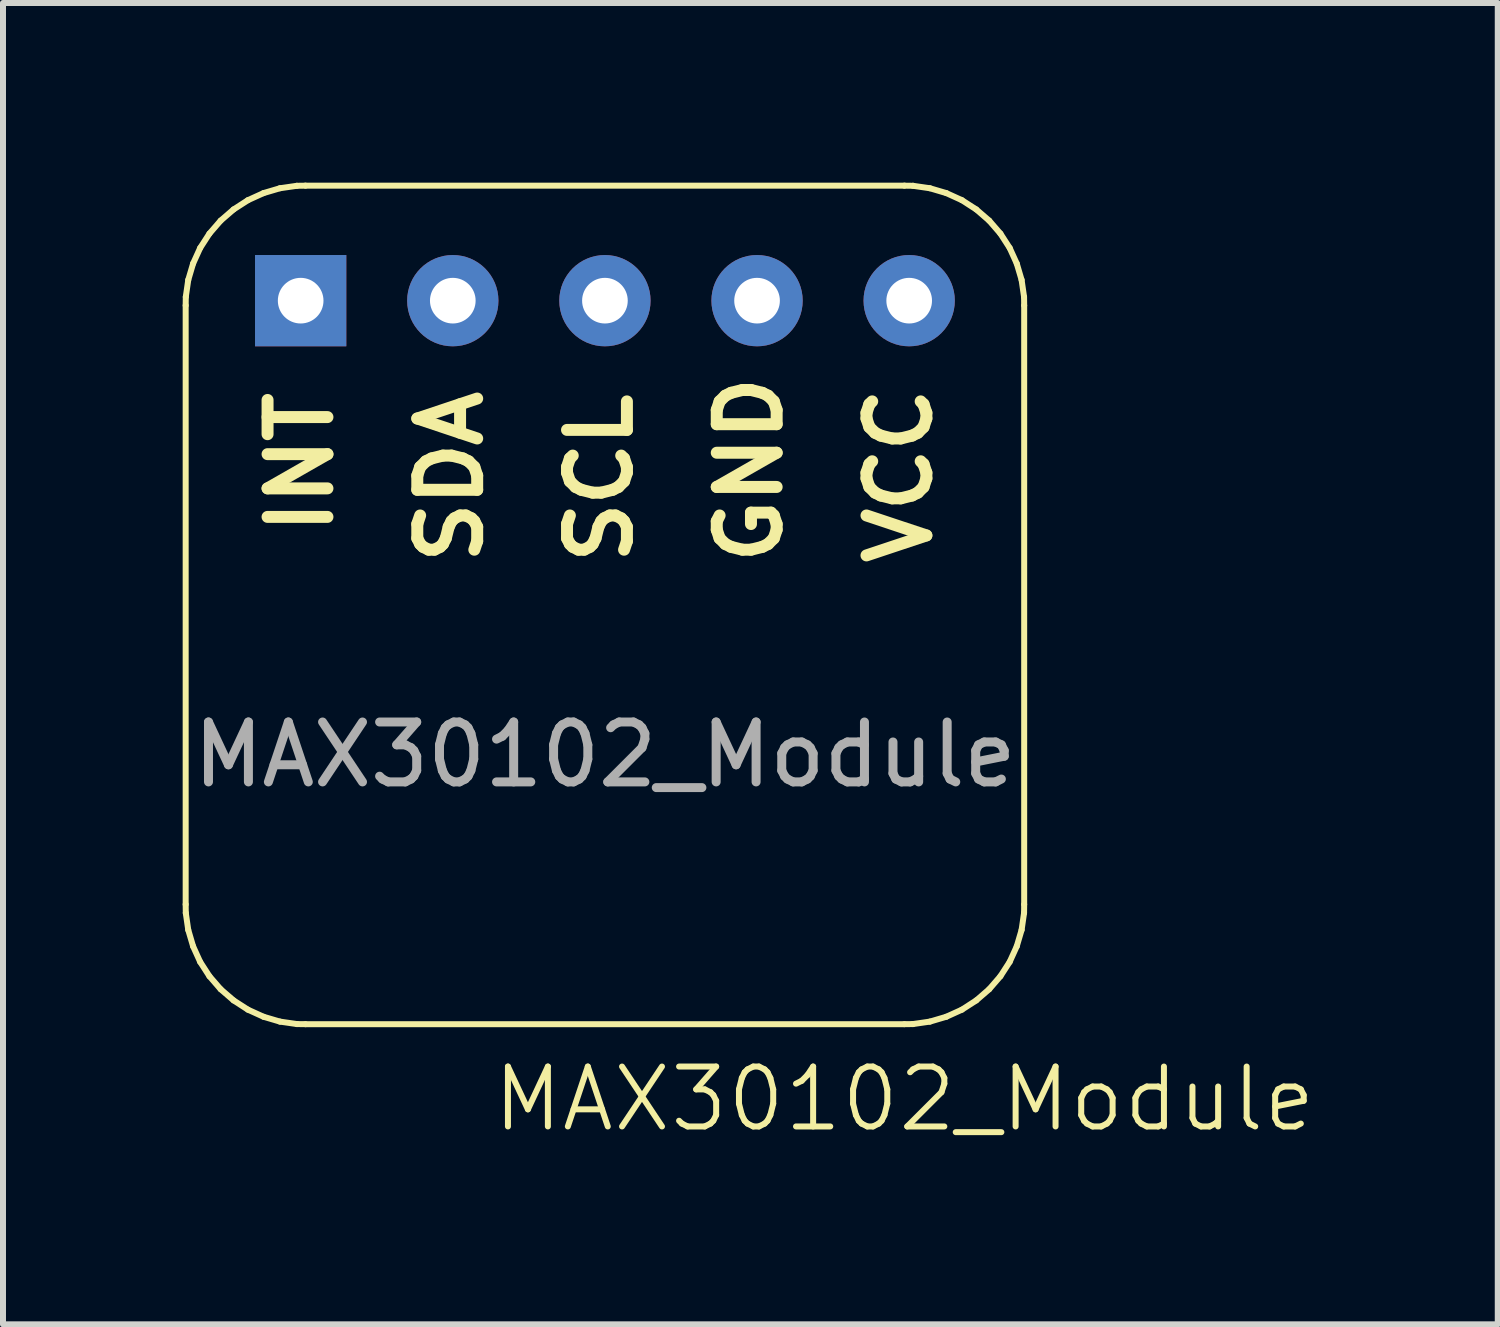
<source format=kicad_pcb>
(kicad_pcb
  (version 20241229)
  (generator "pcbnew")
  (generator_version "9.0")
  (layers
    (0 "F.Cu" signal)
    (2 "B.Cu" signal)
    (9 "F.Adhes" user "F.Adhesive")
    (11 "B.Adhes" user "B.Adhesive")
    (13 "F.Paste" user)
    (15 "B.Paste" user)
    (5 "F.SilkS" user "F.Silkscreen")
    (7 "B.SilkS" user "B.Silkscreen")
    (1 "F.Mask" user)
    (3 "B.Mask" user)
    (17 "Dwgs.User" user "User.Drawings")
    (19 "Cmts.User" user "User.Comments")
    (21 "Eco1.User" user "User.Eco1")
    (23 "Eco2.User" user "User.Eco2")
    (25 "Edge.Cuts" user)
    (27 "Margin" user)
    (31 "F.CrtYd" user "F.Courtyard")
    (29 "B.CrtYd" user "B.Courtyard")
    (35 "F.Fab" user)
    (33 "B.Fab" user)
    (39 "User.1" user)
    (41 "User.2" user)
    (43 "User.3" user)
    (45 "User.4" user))
  (footprint "MAX30102_Module"
    (layer "F.Cu")
    (at 7.05 7.05)
    (property "Reference" "MAX30102_Module" (at 5 8.25 0) (unlocked yes) (layer "F.SilkS") (effects (font (size 1 1) (thickness 0.1))))
    (attr through_hole)
    (fp_line (start -7 -5) (end -7 5) (stroke (width 0.1) (type default)) (layer "F.SilkS"))
    (fp_line (start -7 5) (end -6.998 5.143) (stroke (width 0.1) (type default)) (layer "F.SilkS"))
    (fp_line (start -6.998 -5.143) (end -7 -5) (stroke (width 0.1) (type default)) (layer "F.SilkS"))
    (fp_line (start -6.998 5.143) (end -6.957 5.426) (stroke (width 0.1) (type default)) (layer "F.SilkS"))
    (fp_line (start -6.957 -5.426) (end -6.998 -5.143) (stroke (width 0.1) (type default)) (layer "F.SilkS"))
    (fp_line (start -6.957 5.426) (end -6.876 5.7) (stroke (width 0.1) (type default)) (layer "F.SilkS"))
    (fp_line (start -6.876 -5.7) (end -6.957 -5.426) (stroke (width 0.1) (type default)) (layer "F.SilkS"))
    (fp_line (start -6.876 5.7) (end -6.758 5.96) (stroke (width 0.1) (type default)) (layer "F.SilkS"))
    (fp_line (start -6.758 -5.96) (end -6.876 -5.7) (stroke (width 0.1) (type default)) (layer "F.SilkS"))
    (fp_line (start -6.758 5.96) (end -6.603 6.2) (stroke (width 0.1) (type default)) (layer "F.SilkS"))
    (fp_line (start -6.603 -6.2) (end -6.758 -5.96) (stroke (width 0.1) (type default)) (layer "F.SilkS"))
    (fp_line (start -6.603 6.2) (end -6.416 6.416) (stroke (width 0.1) (type default)) (layer "F.SilkS"))
    (fp_line (start -6.416 -6.416) (end -6.603 -6.2) (stroke (width 0.1) (type default)) (layer "F.SilkS"))
    (fp_line (start -6.416 6.416) (end -6.2 6.603) (stroke (width 0.1) (type default)) (layer "F.SilkS"))
    (fp_line (start -6.2 -6.603) (end -6.416 -6.416) (stroke (width 0.1) (type default)) (layer "F.SilkS"))
    (fp_line (start -6.2 6.603) (end -5.96 6.758) (stroke (width 0.1) (type default)) (layer "F.SilkS"))
    (fp_line (start -5.96 -6.758) (end -6.2 -6.603) (stroke (width 0.1) (type default)) (layer "F.SilkS"))
    (fp_line (start -5.96 6.758) (end -5.7 6.876) (stroke (width 0.1) (type default)) (layer "F.SilkS"))
    (fp_line (start -5.7 -6.876) (end -5.96 -6.758) (stroke (width 0.1) (type default)) (layer "F.SilkS"))
    (fp_line (start -5.7 6.876) (end -5.426 6.957) (stroke (width 0.1) (type default)) (layer "F.SilkS"))
    (fp_line (start -5.426 -6.957) (end -5.7 -6.876) (stroke (width 0.1) (type default)) (layer "F.SilkS"))
    (fp_line (start -5.426 6.957) (end -5.143 6.998) (stroke (width 0.1) (type default)) (layer "F.SilkS"))
    (fp_line (start -5.143 -6.998) (end -5.426 -6.957) (stroke (width 0.1) (type default)) (layer "F.SilkS"))
    (fp_line (start -5.143 6.998) (end -5 7) (stroke (width 0.1) (type default)) (layer "F.SilkS"))
    (fp_line (start -5 -7) (end -5.143 -6.998) (stroke (width 0.1) (type default)) (layer "F.SilkS"))
    (fp_line (start -5 7) (end 5 7) (stroke (width 0.1) (type default)) (layer "F.SilkS"))
    (fp_line (start 5 -7) (end -5 -7) (stroke (width 0.1) (type default)) (layer "F.SilkS"))
    (fp_line (start 5 7) (end 5.143 6.998) (stroke (width 0.1) (type default)) (layer "F.SilkS"))
    (fp_line (start 5.143 -6.998) (end 5 -7) (stroke (width 0.1) (type default)) (layer "F.SilkS"))
    (fp_line (start 5.143 6.998) (end 5.426 6.957) (stroke (width 0.1) (type default)) (layer "F.SilkS"))
    (fp_line (start 5.426 -6.957) (end 5.143 -6.998) (stroke (width 0.1) (type default)) (layer "F.SilkS"))
    (fp_line (start 5.426 6.957) (end 5.7 6.876) (stroke (width 0.1) (type default)) (layer "F.SilkS"))
    (fp_line (start 5.7 -6.876) (end 5.426 -6.957) (stroke (width 0.1) (type default)) (layer "F.SilkS"))
    (fp_line (start 5.7 6.876) (end 5.96 6.758) (stroke (width 0.1) (type default)) (layer "F.SilkS"))
    (fp_line (start 5.96 -6.758) (end 5.7 -6.876) (stroke (width 0.1) (type default)) (layer "F.SilkS"))
    (fp_line (start 5.96 6.758) (end 6.2 6.603) (stroke (width 0.1) (type default)) (layer "F.SilkS"))
    (fp_line (start 6.2 -6.603) (end 5.96 -6.758) (stroke (width 0.1) (type default)) (layer "F.SilkS"))
    (fp_line (start 6.2 6.603) (end 6.416 6.416) (stroke (width 0.1) (type default)) (layer "F.SilkS"))
    (fp_line (start 6.416 -6.416) (end 6.2 -6.603) (stroke (width 0.1) (type default)) (layer "F.SilkS"))
    (fp_line (start 6.416 6.416) (end 6.603 6.2) (stroke (width 0.1) (type default)) (layer "F.SilkS"))
    (fp_line (start 6.603 -6.2) (end 6.416 -6.416) (stroke (width 0.1) (type default)) (layer "F.SilkS"))
    (fp_line (start 6.603 6.2) (end 6.758 5.96) (stroke (width 0.1) (type default)) (layer "F.SilkS"))
    (fp_line (start 6.758 -5.96) (end 6.603 -6.2) (stroke (width 0.1) (type default)) (layer "F.SilkS"))
    (fp_line (start 6.758 5.96) (end 6.876 5.7) (stroke (width 0.1) (type default)) (layer "F.SilkS"))
    (fp_line (start 6.876 -5.7) (end 6.758 -5.96) (stroke (width 0.1) (type default)) (layer "F.SilkS"))
    (fp_line (start 6.876 5.7) (end 6.957 5.426) (stroke (width 0.1) (type default)) (layer "F.SilkS"))
    (fp_line (start 6.957 -5.426) (end 6.876 -5.7) (stroke (width 0.1) (type default)) (layer "F.SilkS"))
    (fp_line (start 6.957 5.426) (end 6.998 5.143) (stroke (width 0.1) (type default)) (layer "F.SilkS"))
    (fp_line (start 6.998 -5.143) (end 6.957 -5.426) (stroke (width 0.1) (type default)) (layer "F.SilkS"))
    (fp_line (start 6.998 5.143) (end 7 5) (stroke (width 0.1) (type default)) (layer "F.SilkS"))
    (fp_line (start 7 -5) (end 6.998 -5.143) (stroke (width 0.1) (type default)) (layer "F.SilkS"))
    (fp_line (start 7 5) (end 7 -5) (stroke (width 0.1) (type default)) (layer "F.SilkS"))
    (fp_text user "VCC" (at 5.5 -0.6 90) (unlocked yes) (layer "F.SilkS") (effects (font (size 1 1) (thickness 0.2) (bold yes)) (justify left bottom)))
    (fp_text user "SDA" (at -2 -0.6 90) (unlocked yes) (layer "F.SilkS") (effects (font (size 1 1) (thickness 0.2) (bold yes)) (justify left bottom)))
    (fp_text user "SCL" (at 0.5 -0.6 90) (unlocked yes) (layer "F.SilkS") (effects (font (size 1 1) (thickness 0.2) (bold yes)) (justify left bottom)))
    (fp_text user "INT" (at -4.5 -1.1 90) (unlocked yes) (layer "F.SilkS") (effects (font (size 1 1) (thickness 0.2) (bold yes)) (justify left bottom)))
    (fp_text user "GND" (at 3 -0.6 90) (unlocked yes) (layer "F.SilkS") (effects (font (size 1 1) (thickness 0.2) (bold yes)) (justify left bottom)))
    (fp_text user "${REFERENCE}" (at 0 2.5 0) (unlocked yes) (layer "F.Fab") (effects (font (size 1 1) (thickness 0.15))))
    (pad "1" thru_hole rect (at -5.08 -5.08) (size 1.524 1.524) (drill 0.762) (layers "*.Cu" "*.Mask"))
    (pad "2" thru_hole circle (at -2.54 -5.08) (size 1.524 1.524) (drill 0.762) (layers "*.Cu" "*.Mask"))
    (pad "3" thru_hole circle (at 0 -5.08) (size 1.524 1.524) (drill 0.762) (layers "*.Cu" "*.Mask"))
    (pad "4" thru_hole circle (at 2.54 -5.08) (size 1.524 1.524) (drill 0.762) (layers "*.Cu" "*.Mask"))
    (pad "5" thru_hole circle (at 5.08 -5.08) (size 1.524 1.524) (drill 0.762) (layers "*.Cu" "*.Mask"))
    (zone (net_name "") (layer "F.SilkS") (hatch edge 0.5) (connect_pads) (min_thickness 0.25) (filled_areas_thickness no) (keepout (tracks not_allowed) (vias not_allowed) (pads not_allowed) (copperpour allowed) (footprints not_allowed)) (placement (enabled no)) (fill) (polygon (pts (arc (start 12.05 14.05) (mid 13.464214 13.464214) (end 14.05 12.05)) (arc (start 14.05 2.05) (mid 13.464214 0.635786) (end 12.05 0.05)) (arc (start 2.05 0.05) (mid 0.635786 0.635786) (end 0.05 2.05)) (arc (start 0.05 12.05) (mid 0.635786 13.464214) (end 2.05 14.05))))))
  (gr_rect
    (start -3 -3)
    (end 21.957 19.061)
    (stroke (width 0.1) (type default))
    (fill no)
    (layer "Edge.Cuts")))
</source>
